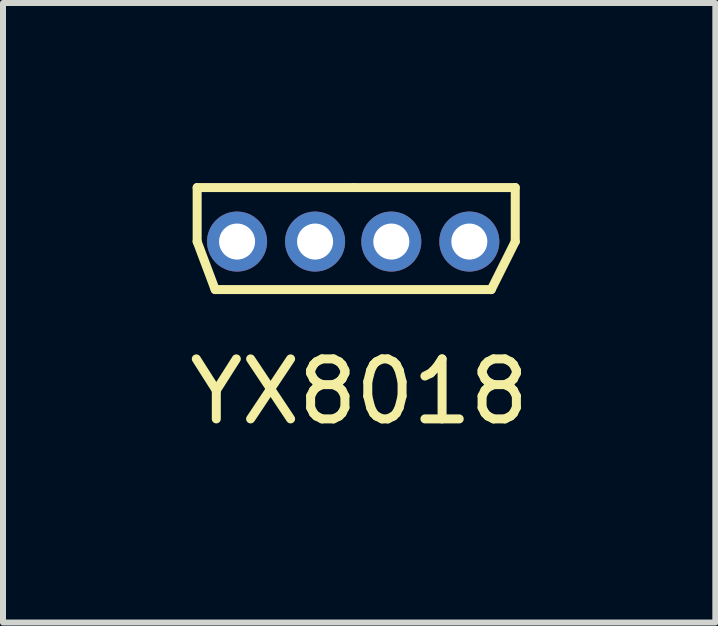
<source format=kicad_pcb>
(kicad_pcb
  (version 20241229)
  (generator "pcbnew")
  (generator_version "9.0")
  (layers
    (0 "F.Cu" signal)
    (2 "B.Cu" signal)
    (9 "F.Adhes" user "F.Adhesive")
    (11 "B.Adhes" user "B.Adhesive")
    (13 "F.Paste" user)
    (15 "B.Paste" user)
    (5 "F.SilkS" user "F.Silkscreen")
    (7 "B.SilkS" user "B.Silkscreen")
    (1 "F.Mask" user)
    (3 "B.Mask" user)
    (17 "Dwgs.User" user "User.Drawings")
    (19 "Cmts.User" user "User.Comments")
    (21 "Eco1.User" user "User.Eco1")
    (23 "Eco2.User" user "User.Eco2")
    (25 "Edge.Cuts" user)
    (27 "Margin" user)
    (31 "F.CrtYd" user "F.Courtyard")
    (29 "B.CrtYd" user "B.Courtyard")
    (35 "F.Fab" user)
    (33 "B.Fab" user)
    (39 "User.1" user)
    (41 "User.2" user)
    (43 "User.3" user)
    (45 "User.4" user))
  (footprint "YX8018"
    (layer "F.Cu")
    (at 2.835 0.975)
    (property "Reference" "YX8018" (at 0.1 2.5 0) (layer "F.SilkS") (effects (font (size 1 1) (thickness 0.15))))
    (attr through_hole)
    (fp_line (start -2.6 -0.9) (end 0 -0.9) (stroke (width 0.15) (type solid)) (layer "F.SilkS"))
    (fp_line (start -2.6 0) (end -2.6 -0.9) (stroke (width 0.15) (type solid)) (layer "F.SilkS"))
    (fp_line (start -2.3 0.8) (end -2.6 0) (stroke (width 0.15) (type solid)) (layer "F.SilkS"))
    (fp_line (start 0 -0.9) (end 2.7 -0.9) (stroke (width 0.15) (type solid)) (layer "F.SilkS"))
    (fp_line (start 2.3 0.8) (end -2.3 0.8) (stroke (width 0.15) (type solid)) (layer "F.SilkS"))
    (fp_line (start 2.7 -0.9) (end 2.7 0) (stroke (width 0.15) (type solid)) (layer "F.SilkS"))
    (fp_line (start 2.7 0) (end 2.3 0.8) (stroke (width 0.15) (type solid)) (layer "F.SilkS"))
    (pad "1" thru_hole circle (at -1.935 0) (size 1 1) (drill 0.6) (layers "*.Cu" "*.Mask"))
    (pad "2" thru_hole circle (at -0.635 0) (size 1 1) (drill 0.6) (layers "*.Cu" "*.Mask"))
    (pad "3" thru_hole circle (at 0.635 0) (size 1 1) (drill 0.6) (layers "*.Cu" "*.Mask"))
    (pad "4" thru_hole circle (at 1.935 0) (size 1 1) (drill 0.6) (layers "*.Cu" "*.Mask")))
  (gr_rect
    (start -3 -3)
    (end 8.869 7.323)
    (stroke (width 0.1) (type default))
    (fill no)
    (layer "Edge.Cuts")))
</source>
